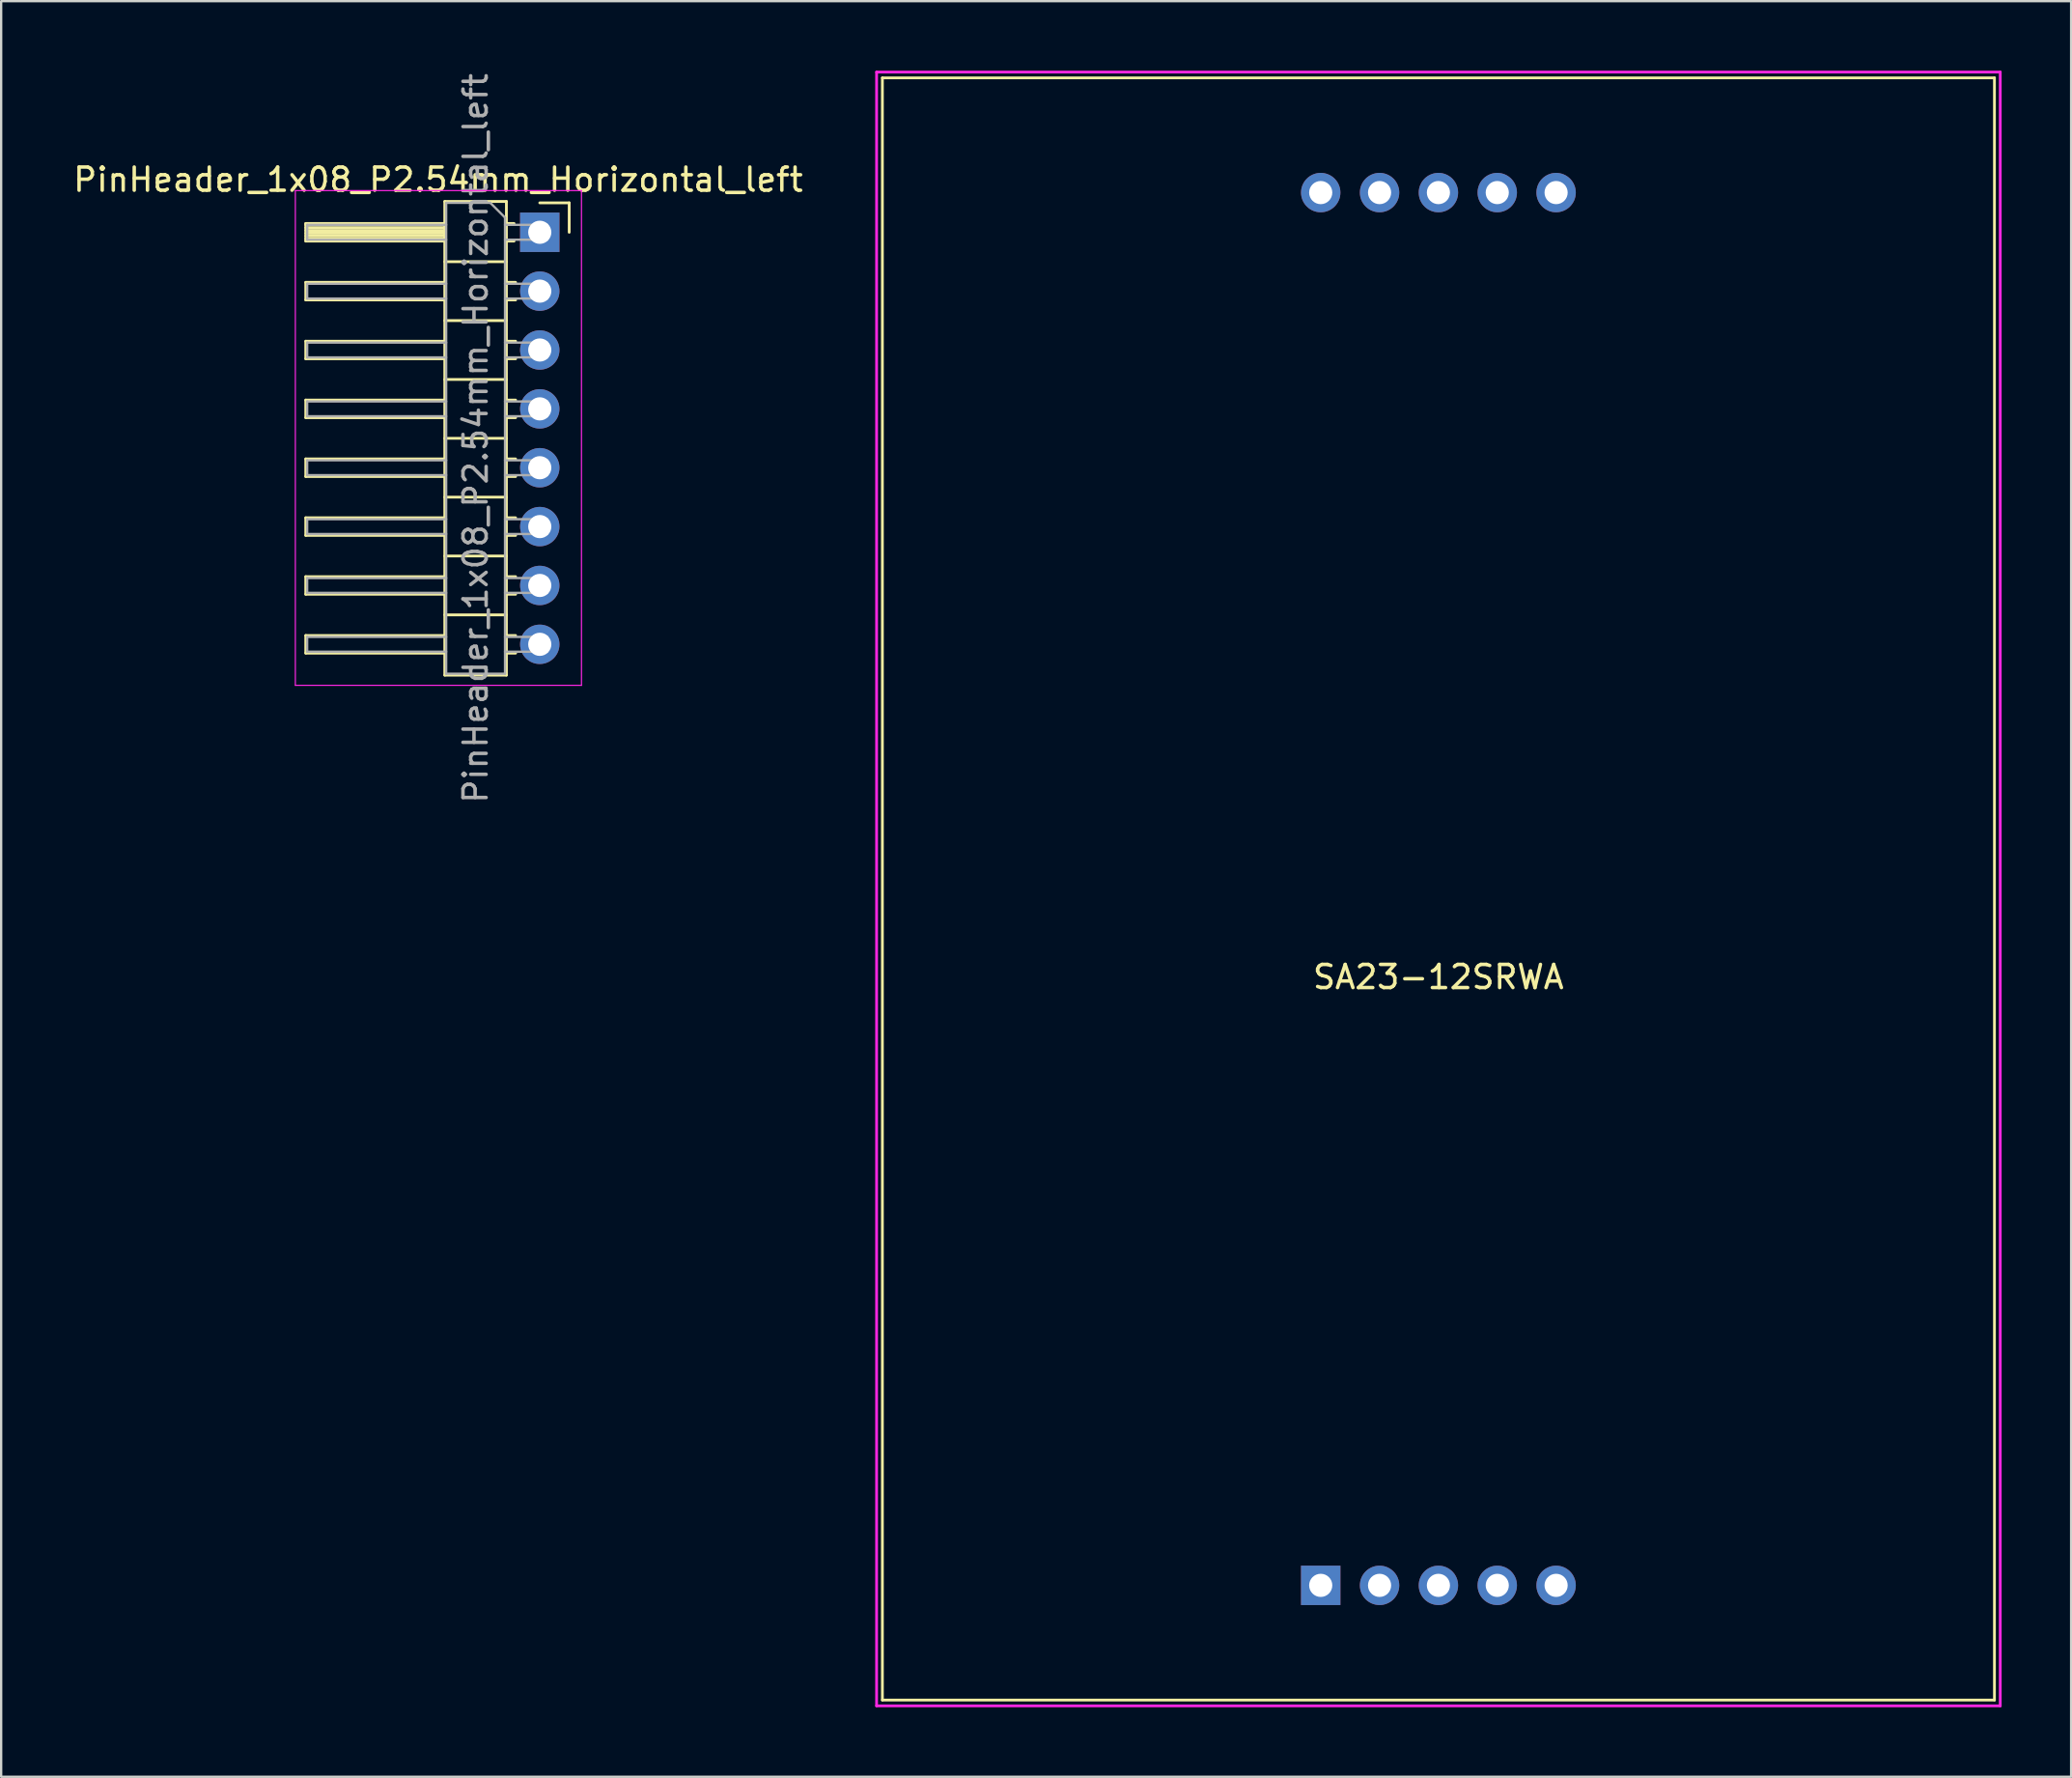
<source format=kicad_pcb>
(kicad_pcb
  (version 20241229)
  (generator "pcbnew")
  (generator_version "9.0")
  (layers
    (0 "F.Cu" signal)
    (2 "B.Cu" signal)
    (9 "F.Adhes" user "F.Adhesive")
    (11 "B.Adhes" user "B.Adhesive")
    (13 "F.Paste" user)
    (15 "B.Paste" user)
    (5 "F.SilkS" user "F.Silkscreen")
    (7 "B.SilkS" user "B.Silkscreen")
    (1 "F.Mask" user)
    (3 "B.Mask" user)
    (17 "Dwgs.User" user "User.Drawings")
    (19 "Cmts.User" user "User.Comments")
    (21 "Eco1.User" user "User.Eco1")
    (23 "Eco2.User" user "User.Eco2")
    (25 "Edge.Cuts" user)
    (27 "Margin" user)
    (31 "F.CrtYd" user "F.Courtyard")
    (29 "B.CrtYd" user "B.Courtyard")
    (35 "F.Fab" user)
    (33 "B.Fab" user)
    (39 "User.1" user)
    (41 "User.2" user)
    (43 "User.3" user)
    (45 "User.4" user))
  (footprint "SA23-12SRWA"
    (layer "F.Cu")
    (at 59.036 35.31)
    (property "Reference" "SA23-12SRWA" (at 0 3.8 0) (layer "F.SilkS") (effects (font (size 1 1) (thickness 0.15))))
    (attr through_hole)
    (fp_line (start -24 -35) (end -24 35) (stroke (width 0.12) (type solid)) (layer "F.SilkS"))
    (fp_line (start -24 35) (end 24 35) (stroke (width 0.12) (type solid)) (layer "F.SilkS"))
    (fp_line (start 24 -35) (end -24 -35) (stroke (width 0.12) (type solid)) (layer "F.SilkS"))
    (fp_line (start 24 35) (end 24 -35) (stroke (width 0.12) (type solid)) (layer "F.SilkS"))
    (fp_line (start -24.25 -35.25) (end 24.25 -35.25) (stroke (width 0.12) (type solid)) (layer "F.CrtYd"))
    (fp_line (start -24.25 35.25) (end -24.25 -35.25) (stroke (width 0.12) (type solid)) (layer "F.CrtYd"))
    (fp_line (start 24.25 -35.25) (end 24.25 35.25) (stroke (width 0.12) (type solid)) (layer "F.CrtYd"))
    (fp_line (start 24.25 35.25) (end -24.25 35.25) (stroke (width 0.12) (type solid)) (layer "F.CrtYd"))
    (pad "1" thru_hole rect (at -5.08 30.05 90) (size 1.7 1.7) (drill 1) (layers "*.Cu" "*.Mask"))
    (pad "2" thru_hole circle (at -2.54 30.05) (size 1.7 1.7) (drill 1) (layers "*.Cu" "*.Mask"))
    (pad "3" thru_hole circle (at 0 30.05) (size 1.7 1.7) (drill 1) (layers "*.Cu" "*.Mask"))
    (pad "4" thru_hole circle (at 2.54 30.05) (size 1.7 1.7) (drill 1) (layers "*.Cu" "*.Mask"))
    (pad "5" thru_hole circle (at 5.08 30.05 90) (size 1.7 1.7) (drill 1) (layers "*.Cu" "*.Mask"))
    (pad "6" thru_hole circle (at 5.08 -30.05 90) (size 1.7 1.7) (drill 1) (layers "*.Cu" "*.Mask"))
    (pad "7" thru_hole circle (at 2.54 -30.05) (size 1.7 1.7) (drill 1) (layers "*.Cu" "*.Mask"))
    (pad "8" thru_hole circle (at 0 -30.05) (size 1.7 1.7) (drill 1) (layers "*.Cu" "*.Mask"))
    (pad "9" thru_hole circle (at -2.54 -30.05) (size 1.7 1.7) (drill 1) (layers "*.Cu" "*.Mask"))
    (pad "10" thru_hole circle (at -5.08 -30.05 90) (size 1.7 1.7) (drill 1) (layers "*.Cu" "*.Mask")))
  (footprint "PinHeader_1x08_P2.54mm_Horizontal_left"
    (layer "F.Cu")
    (at 16.323 15.148)
    (property "Reference" "PinHeader_1x08_P2.54mm_Horizontal_left" (at -0.46 -10.445 0) (layer "F.SilkS") (effects (font (size 1 1) (thickness 0.15))))
    (attr through_hole)
    (fp_line (start -6.175 -8.555) (end -6.175 -7.795) (stroke (width 0.12) (type solid)) (layer "F.SilkS"))
    (fp_line (start -6.175 -7.795) (end -0.175 -7.795) (stroke (width 0.12) (type solid)) (layer "F.SilkS"))
    (fp_line (start -6.175 -6.015) (end -6.175 -5.255) (stroke (width 0.12) (type solid)) (layer "F.SilkS"))
    (fp_line (start -6.175 -5.255) (end -0.175 -5.255) (stroke (width 0.12) (type solid)) (layer "F.SilkS"))
    (fp_line (start -6.175 -3.475) (end -6.175 -2.715) (stroke (width 0.12) (type solid)) (layer "F.SilkS"))
    (fp_line (start -6.175 -2.715) (end -0.175 -2.715) (stroke (width 0.12) (type solid)) (layer "F.SilkS"))
    (fp_line (start -6.175 -0.935) (end -6.175 -0.175) (stroke (width 0.12) (type solid)) (layer "F.SilkS"))
    (fp_line (start -6.175 -0.175) (end -0.175 -0.175) (stroke (width 0.12) (type solid)) (layer "F.SilkS"))
    (fp_line (start -6.175 1.605) (end -6.175 2.365) (stroke (width 0.12) (type solid)) (layer "F.SilkS"))
    (fp_line (start -6.175 2.365) (end -0.175 2.365) (stroke (width 0.12) (type solid)) (layer "F.SilkS"))
    (fp_line (start -6.175 4.145) (end -6.175 4.905) (stroke (width 0.12) (type solid)) (layer "F.SilkS"))
    (fp_line (start -6.175 4.905) (end -0.175 4.905) (stroke (width 0.12) (type solid)) (layer "F.SilkS"))
    (fp_line (start -6.175 6.685) (end -6.175 7.445) (stroke (width 0.12) (type solid)) (layer "F.SilkS"))
    (fp_line (start -6.175 7.445) (end -0.175 7.445) (stroke (width 0.12) (type solid)) (layer "F.SilkS"))
    (fp_line (start -6.175 9.225) (end -6.175 9.985) (stroke (width 0.12) (type solid)) (layer "F.SilkS"))
    (fp_line (start -6.175 9.985) (end -0.175 9.985) (stroke (width 0.12) (type solid)) (layer "F.SilkS"))
    (fp_line (start -0.175 -9.505) (end 2.485 -9.505) (stroke (width 0.12) (type solid)) (layer "F.SilkS"))
    (fp_line (start -0.175 -8.555) (end -6.175 -8.555) (stroke (width 0.12) (type solid)) (layer "F.SilkS"))
    (fp_line (start -0.175 -8.495) (end -6.175 -8.495) (stroke (width 0.12) (type solid)) (layer "F.SilkS"))
    (fp_line (start -0.175 -8.375) (end -6.175 -8.375) (stroke (width 0.12) (type solid)) (layer "F.SilkS"))
    (fp_line (start -0.175 -8.255) (end -6.175 -8.255) (stroke (width 0.12) (type solid)) (layer "F.SilkS"))
    (fp_line (start -0.175 -8.135) (end -6.175 -8.135) (stroke (width 0.12) (type solid)) (layer "F.SilkS"))
    (fp_line (start -0.175 -8.015) (end -6.175 -8.015) (stroke (width 0.12) (type solid)) (layer "F.SilkS"))
    (fp_line (start -0.175 -7.895) (end -6.175 -7.895) (stroke (width 0.12) (type solid)) (layer "F.SilkS"))
    (fp_line (start -0.175 -6.015) (end -6.175 -6.015) (stroke (width 0.12) (type solid)) (layer "F.SilkS"))
    (fp_line (start -0.175 -3.475) (end -6.175 -3.475) (stroke (width 0.12) (type solid)) (layer "F.SilkS"))
    (fp_line (start -0.175 -0.935) (end -6.175 -0.935) (stroke (width 0.12) (type solid)) (layer "F.SilkS"))
    (fp_line (start -0.175 1.605) (end -6.175 1.605) (stroke (width 0.12) (type solid)) (layer "F.SilkS"))
    (fp_line (start -0.175 4.145) (end -6.175 4.145) (stroke (width 0.12) (type solid)) (layer "F.SilkS"))
    (fp_line (start -0.175 6.685) (end -6.175 6.685) (stroke (width 0.12) (type solid)) (layer "F.SilkS"))
    (fp_line (start -0.175 9.225) (end -6.175 9.225) (stroke (width 0.12) (type solid)) (layer "F.SilkS"))
    (fp_line (start -0.175 10.935) (end -0.175 -9.505) (stroke (width 0.12) (type solid)) (layer "F.SilkS"))
    (fp_line (start 2.485 -9.505) (end 2.485 10.935) (stroke (width 0.12) (type solid)) (layer "F.SilkS"))
    (fp_line (start 2.485 -6.905) (end -0.175 -6.905) (stroke (width 0.12) (type solid)) (layer "F.SilkS"))
    (fp_line (start 2.485 -4.365) (end -0.175 -4.365) (stroke (width 0.12) (type solid)) (layer "F.SilkS"))
    (fp_line (start 2.485 -1.825) (end -0.175 -1.825) (stroke (width 0.12) (type solid)) (layer "F.SilkS"))
    (fp_line (start 2.485 0.715) (end -0.175 0.715) (stroke (width 0.12) (type solid)) (layer "F.SilkS"))
    (fp_line (start 2.485 3.255) (end -0.175 3.255) (stroke (width 0.12) (type solid)) (layer "F.SilkS"))
    (fp_line (start 2.485 5.795) (end -0.175 5.795) (stroke (width 0.12) (type solid)) (layer "F.SilkS"))
    (fp_line (start 2.485 8.335) (end -0.175 8.335) (stroke (width 0.12) (type solid)) (layer "F.SilkS"))
    (fp_line (start 2.485 10.935) (end -0.175 10.935) (stroke (width 0.12) (type solid)) (layer "F.SilkS"))
    (fp_line (start 2.815 -8.555) (end 2.485 -8.555) (stroke (width 0.12) (type solid)) (layer "F.SilkS"))
    (fp_line (start 2.815 -7.795) (end 2.485 -7.795) (stroke (width 0.12) (type solid)) (layer "F.SilkS"))
    (fp_line (start 2.882 -6.015) (end 2.485 -6.015) (stroke (width 0.12) (type solid)) (layer "F.SilkS"))
    (fp_line (start 2.882 -5.255) (end 2.485 -5.255) (stroke (width 0.12) (type solid)) (layer "F.SilkS"))
    (fp_line (start 2.882 -3.475) (end 2.485 -3.475) (stroke (width 0.12) (type solid)) (layer "F.SilkS"))
    (fp_line (start 2.882 -2.715) (end 2.485 -2.715) (stroke (width 0.12) (type solid)) (layer "F.SilkS"))
    (fp_line (start 2.882 -0.935) (end 2.485 -0.935) (stroke (width 0.12) (type solid)) (layer "F.SilkS"))
    (fp_line (start 2.882 -0.175) (end 2.485 -0.175) (stroke (width 0.12) (type solid)) (layer "F.SilkS"))
    (fp_line (start 2.882 1.605) (end 2.485 1.605) (stroke (width 0.12) (type solid)) (layer "F.SilkS"))
    (fp_line (start 2.882 2.365) (end 2.485 2.365) (stroke (width 0.12) (type solid)) (layer "F.SilkS"))
    (fp_line (start 2.882 4.145) (end 2.485 4.145) (stroke (width 0.12) (type solid)) (layer "F.SilkS"))
    (fp_line (start 2.882 4.905) (end 2.485 4.905) (stroke (width 0.12) (type solid)) (layer "F.SilkS"))
    (fp_line (start 2.882 6.685) (end 2.485 6.685) (stroke (width 0.12) (type solid)) (layer "F.SilkS"))
    (fp_line (start 2.882 7.445) (end 2.485 7.445) (stroke (width 0.12) (type solid)) (layer "F.SilkS"))
    (fp_line (start 2.882 9.225) (end 2.485 9.225) (stroke (width 0.12) (type solid)) (layer "F.SilkS"))
    (fp_line (start 2.882 9.985) (end 2.485 9.985) (stroke (width 0.12) (type solid)) (layer "F.SilkS"))
    (fp_line (start 5.195 -9.445) (end 3.925 -9.445) (stroke (width 0.12) (type solid)) (layer "F.SilkS"))
    (fp_line (start 5.195 -8.175) (end 5.195 -9.445) (stroke (width 0.12) (type solid)) (layer "F.SilkS"))
    (fp_line (start -6.625 -9.975) (end 5.725 -9.975) (stroke (width 0.05) (type solid)) (layer "F.CrtYd"))
    (fp_line (start -6.625 11.375) (end -6.625 -9.975) (stroke (width 0.05) (type solid)) (layer "F.CrtYd"))
    (fp_line (start 5.725 -9.975) (end 5.725 11.375) (stroke (width 0.05) (type solid)) (layer "F.CrtYd"))
    (fp_line (start 5.725 11.375) (end -6.625 11.375) (stroke (width 0.05) (type solid)) (layer "F.CrtYd"))
    (fp_line (start -6.115 -8.495) (end -6.115 -7.855) (stroke (width 0.1) (type solid)) (layer "F.Fab"))
    (fp_line (start -6.115 -5.955) (end -6.115 -5.315) (stroke (width 0.1) (type solid)) (layer "F.Fab"))
    (fp_line (start -6.115 -3.415) (end -6.115 -2.775) (stroke (width 0.1) (type solid)) (layer "F.Fab"))
    (fp_line (start -6.115 -0.875) (end -6.115 -0.235) (stroke (width 0.1) (type solid)) (layer "F.Fab"))
    (fp_line (start -6.115 1.665) (end -6.115 2.305) (stroke (width 0.1) (type solid)) (layer "F.Fab"))
    (fp_line (start -6.115 4.205) (end -6.115 4.845) (stroke (width 0.1) (type solid)) (layer "F.Fab"))
    (fp_line (start -6.115 6.745) (end -6.115 7.385) (stroke (width 0.1) (type solid)) (layer "F.Fab"))
    (fp_line (start -6.115 9.285) (end -6.115 9.925) (stroke (width 0.1) (type solid)) (layer "F.Fab"))
    (fp_line (start -0.115 -9.445) (end -0.115 10.875) (stroke (width 0.1) (type solid)) (layer "F.Fab"))
    (fp_line (start -0.115 -8.495) (end -6.115 -8.495) (stroke (width 0.1) (type solid)) (layer "F.Fab"))
    (fp_line (start -0.115 -7.855) (end -6.115 -7.855) (stroke (width 0.1) (type solid)) (layer "F.Fab"))
    (fp_line (start -0.115 -5.955) (end -6.115 -5.955) (stroke (width 0.1) (type solid)) (layer "F.Fab"))
    (fp_line (start -0.115 -5.315) (end -6.115 -5.315) (stroke (width 0.1) (type solid)) (layer "F.Fab"))
    (fp_line (start -0.115 -3.415) (end -6.115 -3.415) (stroke (width 0.1) (type solid)) (layer "F.Fab"))
    (fp_line (start -0.115 -2.775) (end -6.115 -2.775) (stroke (width 0.1) (type solid)) (layer "F.Fab"))
    (fp_line (start -0.115 -0.875) (end -6.115 -0.875) (stroke (width 0.1) (type solid)) (layer "F.Fab"))
    (fp_line (start -0.115 -0.235) (end -6.115 -0.235) (stroke (width 0.1) (type solid)) (layer "F.Fab"))
    (fp_line (start -0.115 1.665) (end -6.115 1.665) (stroke (width 0.1) (type solid)) (layer "F.Fab"))
    (fp_line (start -0.115 2.305) (end -6.115 2.305) (stroke (width 0.1) (type solid)) (layer "F.Fab"))
    (fp_line (start -0.115 4.205) (end -6.115 4.205) (stroke (width 0.1) (type solid)) (layer "F.Fab"))
    (fp_line (start -0.115 4.845) (end -6.115 4.845) (stroke (width 0.1) (type solid)) (layer "F.Fab"))
    (fp_line (start -0.115 6.745) (end -6.115 6.745) (stroke (width 0.1) (type solid)) (layer "F.Fab"))
    (fp_line (start -0.115 7.385) (end -6.115 7.385) (stroke (width 0.1) (type solid)) (layer "F.Fab"))
    (fp_line (start -0.115 9.285) (end -6.115 9.285) (stroke (width 0.1) (type solid)) (layer "F.Fab"))
    (fp_line (start -0.115 9.925) (end -6.115 9.925) (stroke (width 0.1) (type solid)) (layer "F.Fab"))
    (fp_line (start -0.115 10.875) (end 2.425 10.875) (stroke (width 0.1) (type solid)) (layer "F.Fab"))
    (fp_line (start 1.79 -9.445) (end -0.115 -9.445) (stroke (width 0.1) (type solid)) (layer "F.Fab"))
    (fp_line (start 2.425 -8.81) (end 1.79 -9.445) (stroke (width 0.1) (type solid)) (layer "F.Fab"))
    (fp_line (start 2.425 10.875) (end 2.425 -8.81) (stroke (width 0.1) (type solid)) (layer "F.Fab"))
    (fp_line (start 4.245 -8.495) (end 2.425 -8.495) (stroke (width 0.1) (type solid)) (layer "F.Fab"))
    (fp_line (start 4.245 -8.495) (end 4.245 -7.855) (stroke (width 0.1) (type solid)) (layer "F.Fab"))
    (fp_line (start 4.245 -7.855) (end 2.425 -7.855) (stroke (width 0.1) (type solid)) (layer "F.Fab"))
    (fp_line (start 4.245 -5.955) (end 2.425 -5.955) (stroke (width 0.1) (type solid)) (layer "F.Fab"))
    (fp_line (start 4.245 -5.955) (end 4.245 -5.315) (stroke (width 0.1) (type solid)) (layer "F.Fab"))
    (fp_line (start 4.245 -5.315) (end 2.425 -5.315) (stroke (width 0.1) (type solid)) (layer "F.Fab"))
    (fp_line (start 4.245 -3.415) (end 2.425 -3.415) (stroke (width 0.1) (type solid)) (layer "F.Fab"))
    (fp_line (start 4.245 -3.415) (end 4.245 -2.775) (stroke (width 0.1) (type solid)) (layer "F.Fab"))
    (fp_line (start 4.245 -2.775) (end 2.425 -2.775) (stroke (width 0.1) (type solid)) (layer "F.Fab"))
    (fp_line (start 4.245 -0.875) (end 2.425 -0.875) (stroke (width 0.1) (type solid)) (layer "F.Fab"))
    (fp_line (start 4.245 -0.875) (end 4.245 -0.235) (stroke (width 0.1) (type solid)) (layer "F.Fab"))
    (fp_line (start 4.245 -0.235) (end 2.425 -0.235) (stroke (width 0.1) (type solid)) (layer "F.Fab"))
    (fp_line (start 4.245 1.665) (end 2.425 1.665) (stroke (width 0.1) (type solid)) (layer "F.Fab"))
    (fp_line (start 4.245 1.665) (end 4.245 2.305) (stroke (width 0.1) (type solid)) (layer "F.Fab"))
    (fp_line (start 4.245 2.305) (end 2.425 2.305) (stroke (width 0.1) (type solid)) (layer "F.Fab"))
    (fp_line (start 4.245 4.205) (end 2.425 4.205) (stroke (width 0.1) (type solid)) (layer "F.Fab"))
    (fp_line (start 4.245 4.205) (end 4.245 4.845) (stroke (width 0.1) (type solid)) (layer "F.Fab"))
    (fp_line (start 4.245 4.845) (end 2.425 4.845) (stroke (width 0.1) (type solid)) (layer "F.Fab"))
    (fp_line (start 4.245 6.745) (end 2.425 6.745) (stroke (width 0.1) (type solid)) (layer "F.Fab"))
    (fp_line (start 4.245 6.745) (end 4.245 7.385) (stroke (width 0.1) (type solid)) (layer "F.Fab"))
    (fp_line (start 4.245 7.385) (end 2.425 7.385) (stroke (width 0.1) (type solid)) (layer "F.Fab"))
    (fp_line (start 4.245 9.285) (end 2.425 9.285) (stroke (width 0.1) (type solid)) (layer "F.Fab"))
    (fp_line (start 4.245 9.285) (end 4.245 9.925) (stroke (width 0.1) (type solid)) (layer "F.Fab"))
    (fp_line (start 4.245 9.925) (end 2.425 9.925) (stroke (width 0.1) (type solid)) (layer "F.Fab"))
    (fp_text user "${REFERENCE}" (at 1.155 0.715 90) (layer "F.Fab") (effects (font (size 1 1) (thickness 0.15))))
    (pad "1" thru_hole rect (at 3.925 -8.175) (size 1.7 1.7) (drill 1) (layers "*.Cu" "*.Mask"))
    (pad "2" thru_hole oval (at 3.925 -5.635) (size 1.7 1.7) (drill 1) (layers "*.Cu" "*.Mask"))
    (pad "3" thru_hole oval (at 3.925 -3.095) (size 1.7 1.7) (drill 1) (layers "*.Cu" "*.Mask"))
    (pad "4" thru_hole oval (at 3.925 -0.555) (size 1.7 1.7) (drill 1) (layers "*.Cu" "*.Mask"))
    (pad "5" thru_hole oval (at 3.925 1.985) (size 1.7 1.7) (drill 1) (layers "*.Cu" "*.Mask"))
    (pad "6" thru_hole oval (at 3.925 4.525) (size 1.7 1.7) (drill 1) (layers "*.Cu" "*.Mask"))
    (pad "7" thru_hole oval (at 3.925 7.065) (size 1.7 1.7) (drill 1) (layers "*.Cu" "*.Mask"))
    (pad "8" thru_hole oval (at 3.925 9.605) (size 1.7 1.7) (drill 1) (layers "*.Cu" "*.Mask")))
  (gr_rect
    (start -3 -3)
    (end 86.346 73.62)
    (stroke (width 0.1) (type default))
    (fill no)
    (layer "Edge.Cuts")))
</source>
